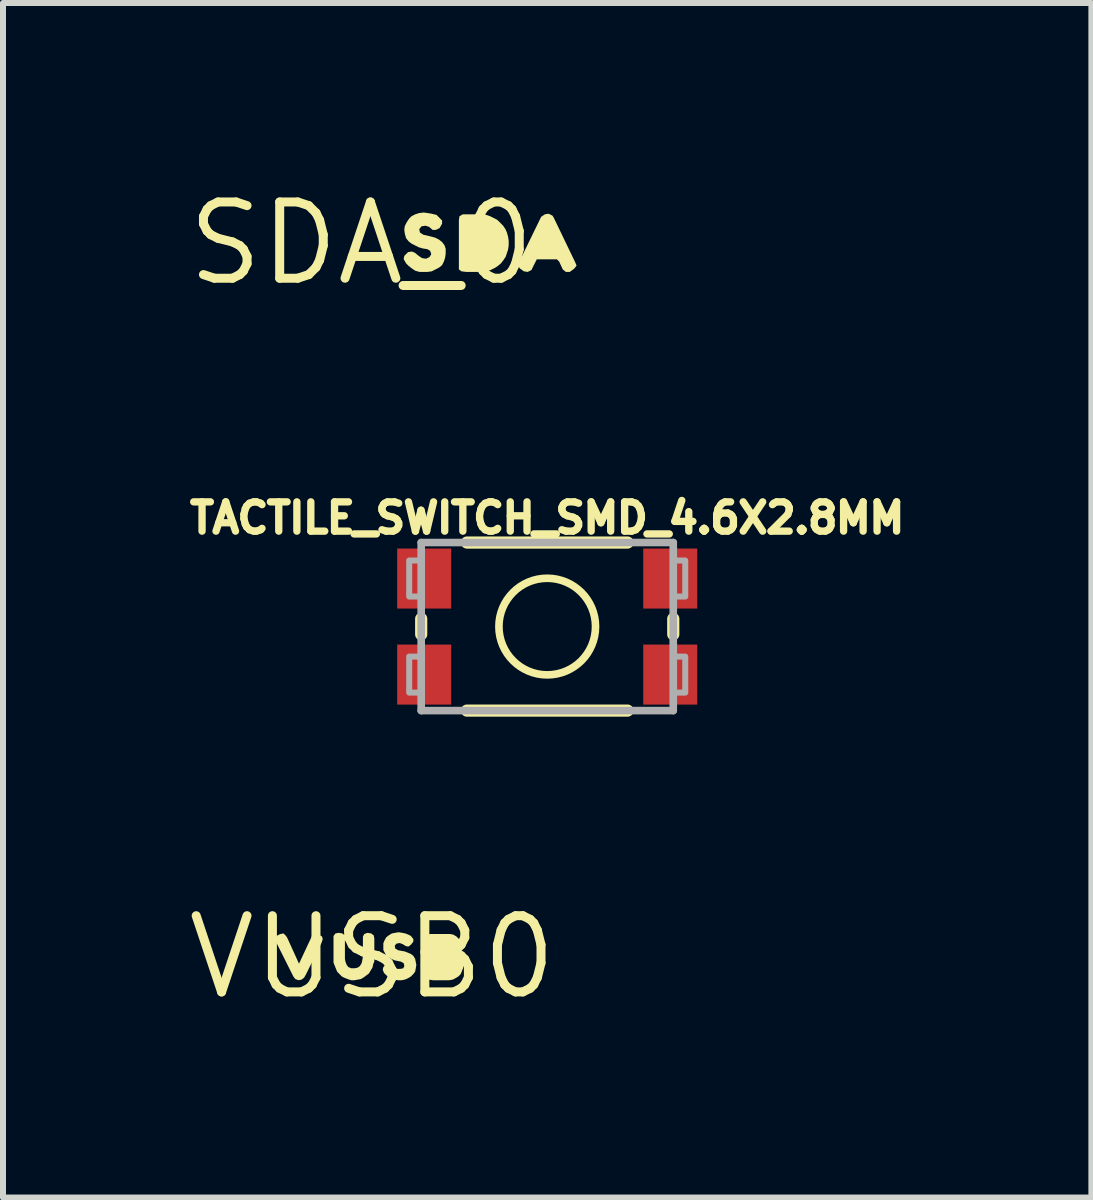
<source format=kicad_pcb>
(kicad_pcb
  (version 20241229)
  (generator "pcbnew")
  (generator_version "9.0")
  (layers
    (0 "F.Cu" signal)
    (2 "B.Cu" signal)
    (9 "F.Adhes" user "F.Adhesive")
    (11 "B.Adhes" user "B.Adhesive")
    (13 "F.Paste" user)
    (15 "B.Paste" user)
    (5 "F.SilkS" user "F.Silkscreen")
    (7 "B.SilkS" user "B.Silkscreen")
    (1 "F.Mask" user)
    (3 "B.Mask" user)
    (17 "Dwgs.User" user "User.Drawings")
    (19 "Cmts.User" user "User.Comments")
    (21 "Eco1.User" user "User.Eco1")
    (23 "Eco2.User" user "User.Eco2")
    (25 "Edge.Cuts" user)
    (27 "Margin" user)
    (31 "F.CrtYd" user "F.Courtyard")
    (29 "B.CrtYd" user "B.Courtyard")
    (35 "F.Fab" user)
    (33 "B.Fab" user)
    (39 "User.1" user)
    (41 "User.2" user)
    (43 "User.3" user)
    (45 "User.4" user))
  (footprint "TACTILE_SWITCH_SMD_4.6X2.8MM"
    (layer "F.Cu")
    (at 6.068 7.39)
    (property "Reference" "TACTILE_SWITCH_SMD_4.6X2.8MM" (at 0 -1.524 0) (layer "F.SilkS") (effects (font (size 0.488 0.488) (thickness 0.122)) (justify bottom)))
    (fp_line (start -2.1 -0.13) (end -2.1 0.13) (stroke (width 0.203) (type solid)) (layer "F.SilkS"))
    (fp_line (start -1.338 -1.4) (end 1.338 -1.4) (stroke (width 0.203) (type solid)) (layer "F.SilkS"))
    (fp_line (start 1.338 1.4) (end -1.338 1.4) (stroke (width 0.203) (type solid)) (layer "F.SilkS"))
    (fp_line (start 2.1 0.13) (end 2.1 -0.13) (stroke (width 0.203) (type solid)) (layer "F.SilkS"))
    (fp_circle (center 0 0) (end 0.805 0) (stroke (width 0.127) (type solid)) (fill no) (layer "F.SilkS"))
    (fp_line (start -2.1 -1.4) (end -2.1 1.4) (stroke (width 0.127) (type solid)) (layer "F.Fab"))
    (fp_line (start -2.1 -1.4) (end 2.1 -1.4) (stroke (width 0.127) (type solid)) (layer "F.Fab"))
    (fp_line (start -2.1 1.4) (end 2.1 1.4) (stroke (width 0.127) (type solid)) (layer "F.Fab"))
    (fp_line (start 2.1 1.4) (end 2.1 -1.4) (stroke (width 0.127) (type solid)) (layer "F.Fab"))
    (fp_poly (pts (xy -2.3 -0.5) (xy -2.1 -0.5) (xy -2.1 -1.1) (xy -2.3 -1.1)) (stroke (width 0.1) (type default)) (fill no) (layer "F.Fab"))
    (fp_poly (pts (xy -2.3 1.1) (xy -2.1 1.1) (xy -2.1 0.5) (xy -2.3 0.5)) (stroke (width 0.1) (type default)) (fill no) (layer "F.Fab"))
    (fp_poly (pts (xy 2.3 -1.1) (xy 2.1 -1.1) (xy 2.1 -0.5) (xy 2.3 -0.5)) (stroke (width 0.1) (type default)) (fill no) (layer "F.Fab"))
    (fp_poly (pts (xy 2.3 0.5) (xy 2.1 0.5) (xy 2.1 1.1) (xy 2.3 1.1)) (stroke (width 0.1) (type default)) (fill no) (layer "F.Fab"))
    (pad "1" smd rect (at -2.05 0.8) (size 0.9 1) (layers "F.Cu" "F.Mask" "F.Paste"))
    (pad "2" smd rect (at 2.05 0.8) (size 0.9 1) (layers "F.Cu" "F.Mask" "F.Paste"))
    (pad "3" smd rect (at 2.05 -0.8) (size 0.9 1) (layers "F.Cu" "F.Mask" "F.Paste"))
    (pad "4" smd rect (at -2.05 -0.8) (size 0.9 1) (layers "F.Cu" "F.Mask" "F.Paste")))
  (footprint "SDA_0"
    (layer "F.Cu")
    (at 2.971 1.006)
    (property "Reference" "SDA_0" (at 0 0 0) (layer "F.SilkS") (effects (font (size 1.27 1.27) (thickness 0.15))))
    (fp_poly (pts (xy 3.183 -0.464) (xy 3.204 -0.432) (xy 3.565 0.318) (xy 3.586 0.371) (xy 3.543 0.424) (xy 3.472 0.475) (xy 3.408 0.475) (xy 3.356 0.433) (xy 3.296 0.303) (xy 3.258 0.265) (xy 2.923 0.265) (xy 2.864 0.382) (xy 2.834 0.444) (xy 2.771 0.475) (xy 2.708 0.465) (xy 2.636 0.413) (xy 2.615 0.36) (xy 2.635 0.298) (xy 2.966 -0.382) (xy 2.996 -0.443) (xy 3.058 -0.485) (xy 3.121 -0.495)) (stroke (width 0) (type default)) (fill yes) (layer "F.SilkS"))
    (fp_poly (pts (xy 2.081 -0.475) (xy 2.142 -0.455) (xy 2.263 -0.394) (xy 2.314 -0.344) (xy 2.364 -0.293) (xy 2.404 -0.232) (xy 2.425 -0.182) (xy 2.445 -0.111) (xy 2.455 -0.04) (xy 2.455 0.03) (xy 2.445 0.101) (xy 2.425 0.162) (xy 2.405 0.222) (xy 2.364 0.283) (xy 2.324 0.334) (xy 2.263 0.384) (xy 2.212 0.414) (xy 2.156 0.442) (xy 2.157 0.443) (xy 2.152 0.445) (xy 2.147 0.447) (xy 2.147 0.446) (xy 2.091 0.465) (xy 2.02 0.475) (xy 1.75 0.475) (xy 1.668 0.465) (xy 1.625 0.432) (xy 1.625 -0.39) (xy 1.635 -0.453) (xy 1.689 -0.485) (xy 2.01 -0.485)) (stroke (width 0) (type default)) (fill yes) (layer "F.SilkS"))
    (fp_poly (pts (xy 1.111 -0.505) (xy 1.171 -0.495) (xy 1.253 -0.475) (xy 1.294 -0.434) (xy 1.345 -0.382) (xy 1.345 -0.329) (xy 1.304 -0.256) (xy 1.241 -0.225) (xy 1.188 -0.225) (xy 1.128 -0.276) (xy 1.07 -0.295) (xy 1.003 -0.285) (xy 0.965 -0.239) (xy 0.975 -0.183) (xy 1.032 -0.145) (xy 1.161 -0.115) (xy 1.232 -0.095) (xy 1.293 -0.064) (xy 1.344 -0.024) (xy 1.384 0.028) (xy 1.405 0.089) (xy 1.405 0.17) (xy 1.395 0.241) (xy 1.375 0.302) (xy 1.344 0.363) (xy 1.293 0.404) (xy 1.172 0.465) (xy 1.1 0.475) (xy 0.969 0.475) (xy 0.898 0.455) (xy 0.837 0.414) (xy 0.787 0.374) (xy 0.746 0.333) (xy 0.705 0.261) (xy 0.715 0.208) (xy 0.778 0.145) (xy 0.841 0.135) (xy 0.893 0.156) (xy 0.953 0.206) (xy 1.012 0.245) (xy 1.079 0.255) (xy 1.136 0.226) (xy 1.165 0.179) (xy 1.146 0.123) (xy 1.098 0.095) (xy 1.029 0.085) (xy 0.958 0.065) (xy 0.837 0.004) (xy 0.786 -0.036) (xy 0.745 -0.088) (xy 0.725 -0.159) (xy 0.715 -0.23) (xy 0.725 -0.292) (xy 0.756 -0.353) (xy 0.796 -0.413) (xy 0.837 -0.454) (xy 0.898 -0.485) (xy 0.959 -0.505) (xy 1.04 -0.515)) (stroke (width 0) (type default)) (fill yes) (layer "F.SilkS")))
  (footprint "VUSB0"
    (layer "F.Cu")
    (at 3.152 12.898)
    (property "Reference" "VUSB0" (at 0 0 0) (layer "F.SilkS") (effects (font (size 1.27 1.27) (thickness 0.15))))
    (fp_poly (pts (xy -1.436 -0.353) (xy -1.416 -0.322) (xy -1.225 0.098) (xy -1.22 0.109) (xy -0.994 -0.374) (xy -0.94 -0.395) (xy -0.888 -0.374) (xy -0.836 -0.343) (xy -0.825 -0.3) (xy -0.845 -0.238) (xy -1.106 0.292) (xy -1.136 0.343) (xy -1.178 0.375) (xy -1.23 0.385) (xy -1.283 0.364) (xy -1.314 0.323) (xy -1.605 -0.258) (xy -1.615 -0.311) (xy -1.594 -0.354) (xy -1.532 -0.385) (xy -1.478 -0.395)) (stroke (width 0) (type default)) (fill yes) (layer "F.SilkS"))
    (fp_poly (pts (xy 1.352 -0.375) (xy 1.403 -0.344) (xy 1.444 -0.303) (xy 1.475 -0.262) (xy 1.485 -0.211) (xy 1.495 -0.15) (xy 1.485 -0.099) (xy 1.465 -0.048) (xy 1.456 -0.03) (xy 1.484 0.018) (xy 1.505 0.069) (xy 1.515 0.12) (xy 1.515 0.181) (xy 1.495 0.232) (xy 1.474 0.283) (xy 1.433 0.324) (xy 1.382 0.354) (xy 1.342 0.375) (xy 1.28 0.385) (xy 1.01 0.385) (xy 0.948 0.375) (xy 0.905 0.343) (xy 0.905 -0.31) (xy 0.916 -0.363) (xy 0.959 -0.385) (xy 1.3 -0.385)) (stroke (width 0) (type default)) (fill yes) (layer "F.SilkS"))
    (fp_poly (pts (xy -0.018 -0.395) (xy 0.025 -0.363) (xy 0.035 -0.31) (xy 0.035 0.071) (xy 0.015 0.121) (xy 0.005 0.172) (xy -0.026 0.223) (xy -0.056 0.273) (xy -0.097 0.304) (xy -0.137 0.334) (xy -0.188 0.365) (xy -0.239 0.375) (xy -0.3 0.385) (xy -0.351 0.385) (xy -0.412 0.365) (xy -0.462 0.345) (xy -0.503 0.324) (xy -0.544 0.284) (xy -0.584 0.243) (xy -0.605 0.192) (xy -0.625 0.142) (xy -0.645 0.091) (xy -0.645 -0.352) (xy -0.613 -0.395) (xy -0.56 -0.405) (xy -0.498 -0.395) (xy -0.455 -0.362) (xy -0.455 0.03) (xy -0.445 0.079) (xy -0.426 0.128) (xy -0.397 0.166) (xy -0.349 0.185) (xy -0.29 0.185) (xy -0.242 0.175) (xy -0.204 0.147) (xy -0.175 0.098) (xy -0.165 0.049) (xy -0.155 -0.01) (xy -0.155 -0.341) (xy -0.134 -0.384) (xy -0.081 -0.405)) (stroke (width 0) (type default)) (fill yes) (layer "F.SilkS"))
    (fp_poly (pts (xy 0.501 -0.405) (xy 0.551 -0.395) (xy 0.602 -0.375) (xy 0.643 -0.354) (xy 0.685 -0.302) (xy 0.685 -0.258) (xy 0.644 -0.206) (xy 0.601 -0.175) (xy 0.558 -0.185) (xy 0.508 -0.216) (xy 0.459 -0.235) (xy 0.403 -0.225) (xy 0.375 -0.189) (xy 0.384 -0.143) (xy 0.432 -0.115) (xy 0.541 -0.095) (xy 0.592 -0.075) (xy 0.642 -0.054) (xy 0.684 -0.023) (xy 0.715 0.028) (xy 0.725 0.079) (xy 0.735 0.13) (xy 0.725 0.191) (xy 0.715 0.242) (xy 0.684 0.283) (xy 0.643 0.324) (xy 0.592 0.354) (xy 0.541 0.375) (xy 0.49 0.385) (xy 0.43 0.385) (xy 0.379 0.375) (xy 0.328 0.365) (xy 0.277 0.334) (xy 0.237 0.304) (xy 0.196 0.263) (xy 0.175 0.21) (xy 0.185 0.168) (xy 0.227 0.115) (xy 0.281 0.105) (xy 0.323 0.126) (xy 0.373 0.166) (xy 0.412 0.195) (xy 0.47 0.195) (xy 0.517 0.186) (xy 0.535 0.149) (xy 0.526 0.103) (xy 0.478 0.075) (xy 0.429 0.065) (xy 0.379 0.055) (xy 0.328 0.034) (xy 0.277 0.004) (xy 0.236 -0.027) (xy 0.206 -0.078) (xy 0.185 -0.119) (xy 0.185 -0.231) (xy 0.206 -0.282) (xy 0.236 -0.333) (xy 0.277 -0.364) (xy 0.328 -0.395) (xy 0.379 -0.405) (xy 0.44 -0.415)) (stroke (width 0) (type default)) (fill yes) (layer "F.SilkS")))
  (gr_rect
    (start -3 -3)
    (end 15.135 16.904)
    (stroke (width 0.1) (type default))
    (fill no)
    (layer "Edge.Cuts")))
</source>
